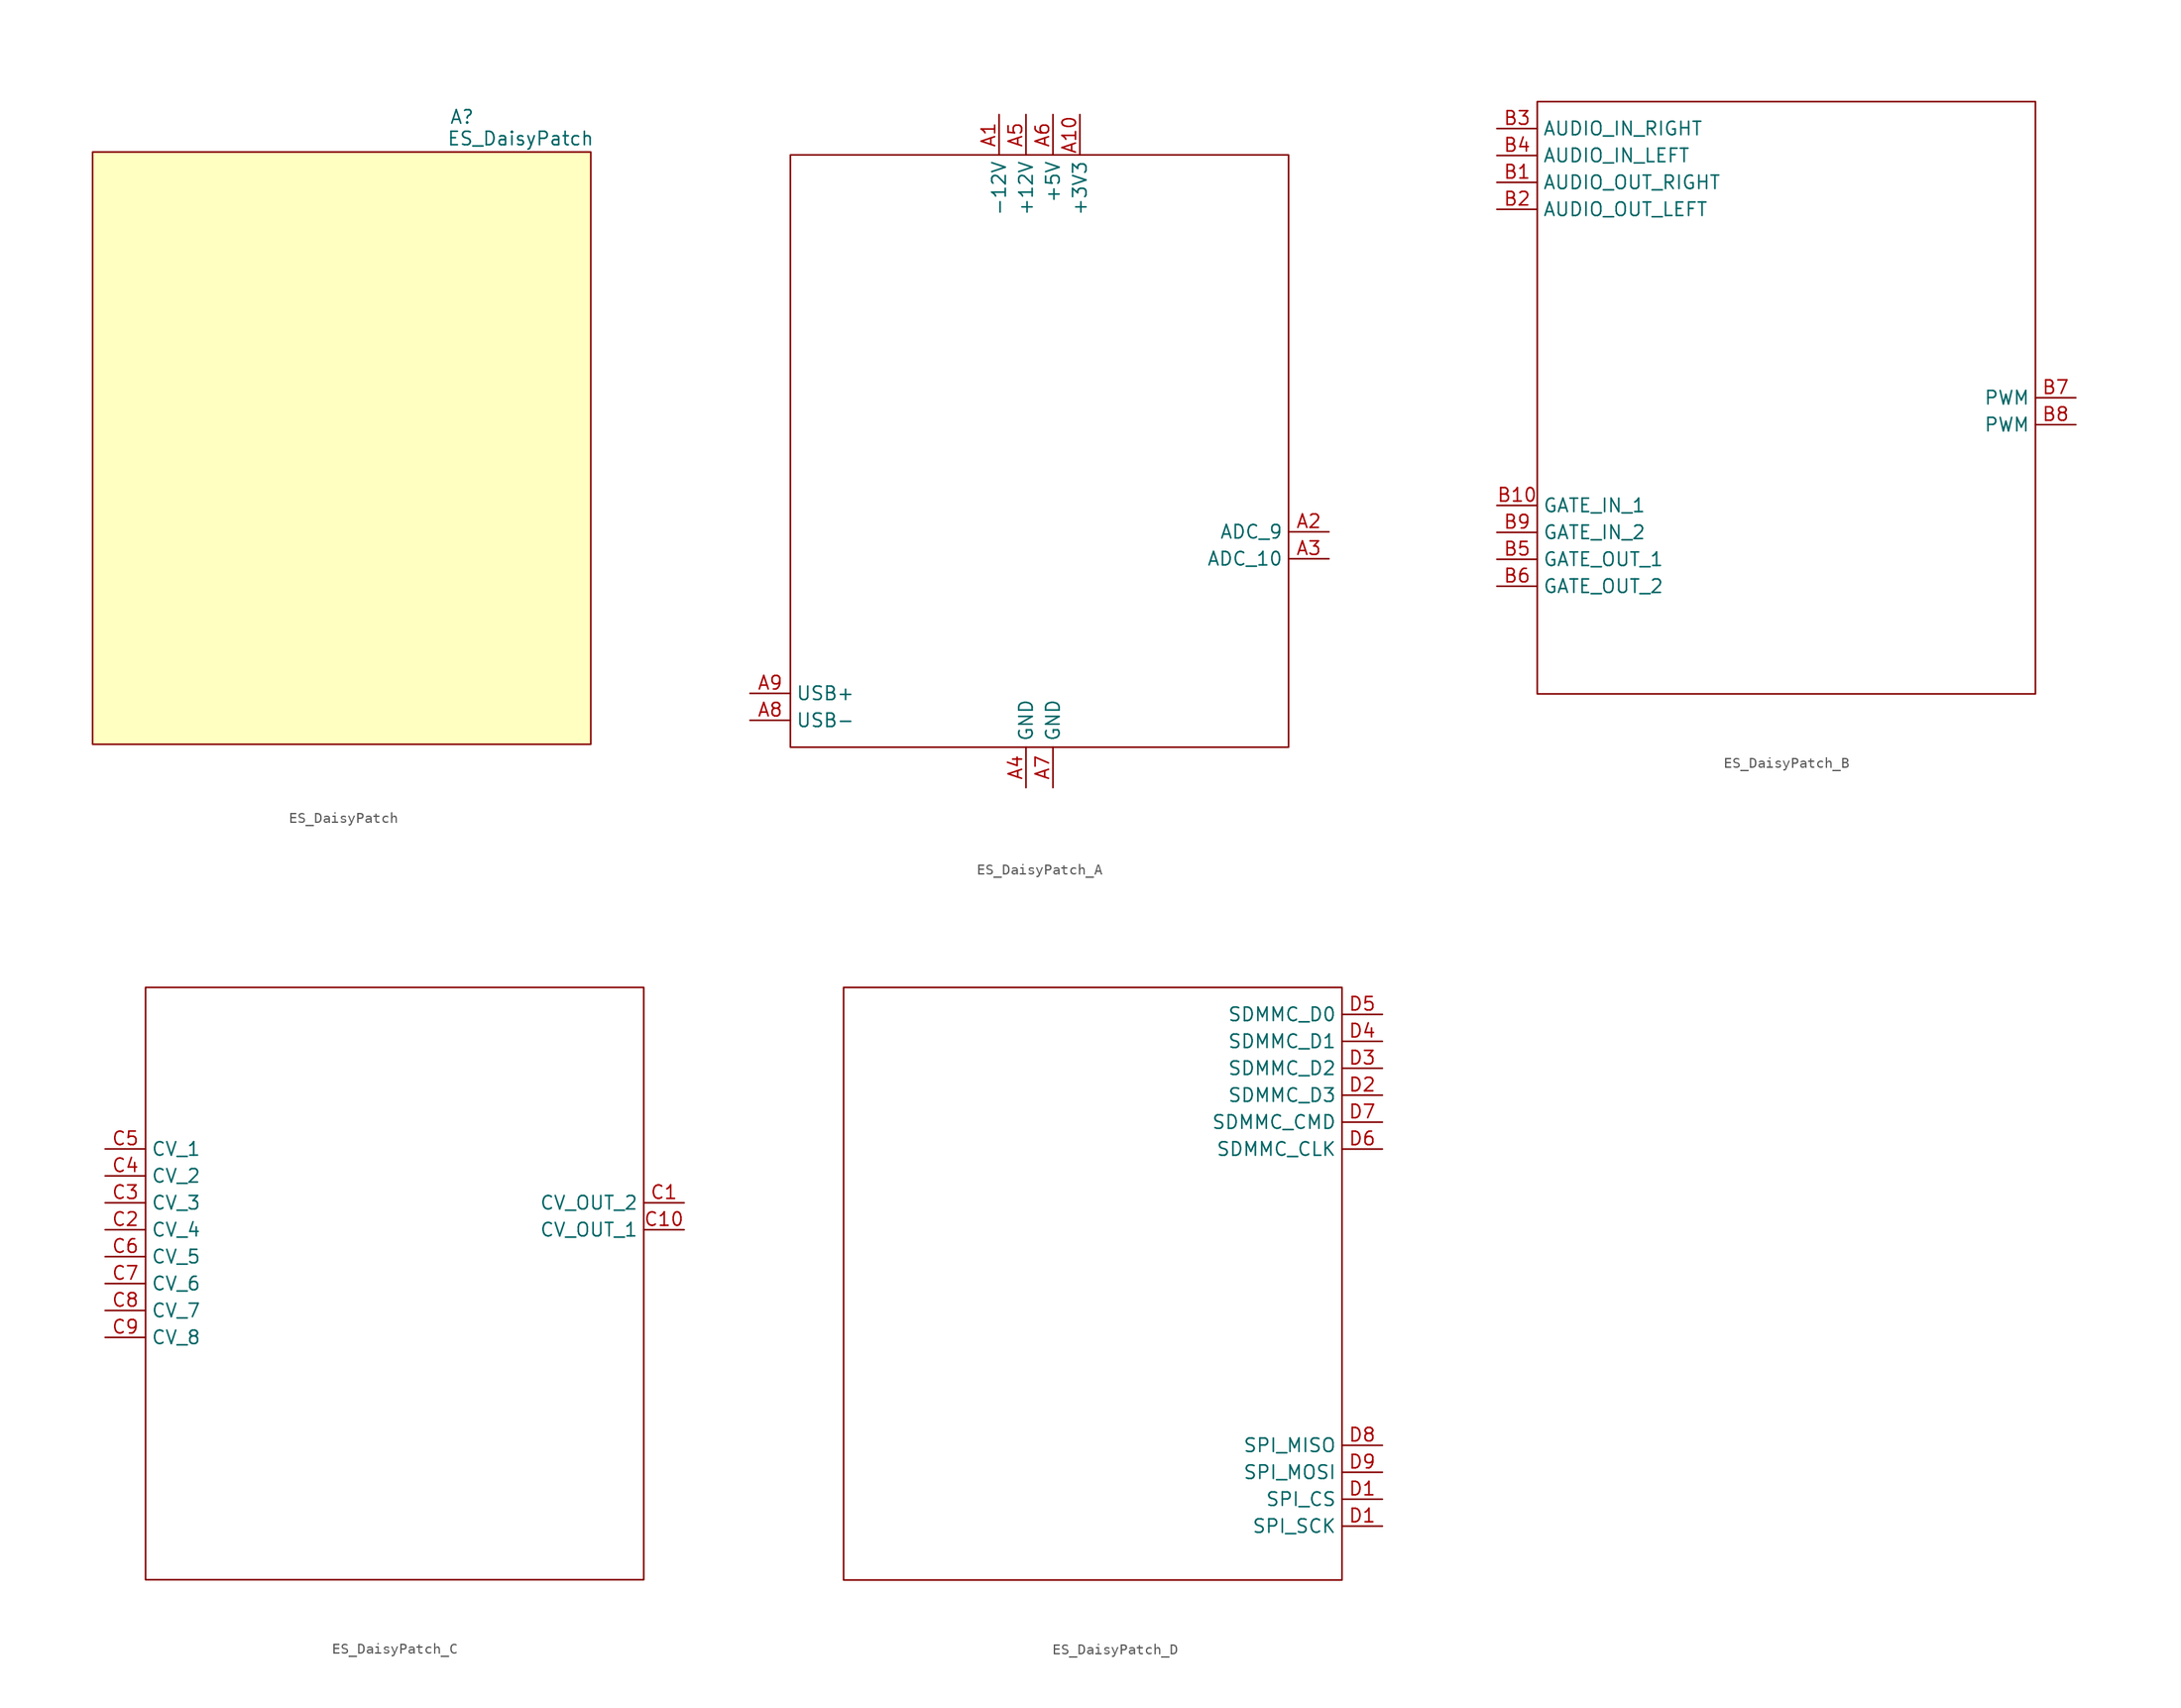
<source format=kicad_sym>
(kicad_symbol_lib
  (version 20241209)
  (generator "kicad_symbol_editor")
  (generator_version "9.0")
  (symbol "ES_DaisyPatch"
    (property "Reference" "A"
      (at 10.16 31.242 0)
      (effects (font (size 1.27 1.27)) (justify left)))
    (property "Value" "ES_DaisyPatch"
      (at 9.906 29.21 0)
      (effects (font (size 1.27 1.27)) (justify left)))
    (symbol "ES_DaisyPatch_1_1"
      (rectangle (start -23.495 27.94) (end 23.495 -27.94) (stroke (width 0) (type solid)) (fill (type background)))))
  (symbol "ES_DaisyPatch_A"
    (property "Reference" "J"
      (at 0 0 0)
      (effects (font (size 1.27 1.27)) (hide yes)))
    (symbol "ES_DaisyPatch_A_0_0"
      (pin bidirectional line (at -27.305 -22.86 0) (length 3.81) (name "USB+" (effects (font (size 1.27 1.27)))) (number "A9" (effects (font (size 1.27 1.27)))))
      (pin bidirectional line (at -27.305 -25.4 0) (length 3.81) (name "USB-" (effects (font (size 1.27 1.27)))) (number "A8" (effects (font (size 1.27 1.27)))))
      (pin power_in line (at -3.81 31.75 270) (length 3.81) (name "-12V" (effects (font (size 1.27 1.27)))) (number "A1" (effects (font (size 1.27 1.27)))))
      (pin power_in line (at -1.27 31.75 270) (length 3.81) (name "+12V" (effects (font (size 1.27 1.27)))) (number "A5" (effects (font (size 1.27 1.27)))))
      (pin power_in line (at -1.27 -31.75 90) (length 3.81) (name "GND" (effects (font (size 1.27 1.27)))) (number "A4" (effects (font (size 1.27 1.27)))))
      (pin power_out line (at 1.27 31.75 270) (length 3.81) (name "+5V" (effects (font (size 1.27 1.27)))) (number "A6" (effects (font (size 1.27 1.27)))))
      (pin power_in line (at 1.27 -31.75 90) (length 3.81) (name "GND" (effects (font (size 1.27 1.27)))) (number "A7" (effects (font (size 1.27 1.27)))))
      (pin power_out line (at 3.81 31.75 270) (length 3.81) (name "+3V3" (effects (font (size 1.27 1.27)))) (number "A10" (effects (font (size 1.27 1.27)))))
      (pin bidirectional line (at 27.305 -7.62 180) (length 3.81) (name "ADC_9" (effects (font (size 1.27 1.27)))) (number "A2" (effects (font (size 1.27 1.27)))))
      (pin bidirectional line (at 27.305 -10.16 180) (length 3.81) (name "ADC_10" (effects (font (size 1.27 1.27)))) (number "A3" (effects (font (size 1.27 1.27))))))
    (symbol "ES_DaisyPatch_A_1_1"
      (rectangle (start -23.495 27.94) (end 23.495 -27.94) (stroke (width 0) (type solid)) (fill (type none)))))
  (symbol "ES_DaisyPatch_B"
    (property "Reference" "J"
      (at 0 0 0)
      (effects (font (size 1.27 1.27)) (hide yes)))
    (symbol "ES_DaisyPatch_B_0_0"
      (pin bidirectional line (at 27.305 0 180) (length 3.81) (name "PWM" (effects (font (size 1.27 1.27)))) (number "B7" (effects (font (size 1.27 1.27)))))
      (pin bidirectional line (at 27.305 -2.54 180) (length 3.81) (name "PWM" (effects (font (size 1.27 1.27)))) (number "B8" (effects (font (size 1.27 1.27))))))
    (symbol "ES_DaisyPatch_B_1_0"
      (pin input line (at -27.305 25.4 0) (length 3.81) (name "AUDIO_IN_RIGHT" (effects (font (size 1.27 1.27)))) (number "B3" (effects (font (size 1.27 1.27)))))
      (pin input line (at -27.305 22.86 0) (length 3.81) (name "AUDIO_IN_LEFT" (effects (font (size 1.27 1.27)))) (number "B4" (effects (font (size 1.27 1.27)))))
      (pin output line (at -27.305 20.32 0) (length 3.81) (name "AUDIO_OUT_RIGHT" (effects (font (size 1.27 1.27)))) (number "B1" (effects (font (size 1.27 1.27)))))
      (pin output line (at -27.305 17.78 0) (length 3.81) (name "AUDIO_OUT_LEFT" (effects (font (size 1.27 1.27)))) (number "B2" (effects (font (size 1.27 1.27)))))
      (pin bidirectional line (at -27.305 -10.16 0) (length 3.81) (name "GATE_IN_1" (effects (font (size 1.27 1.27)))) (number "B10" (effects (font (size 1.27 1.27)))))
      (pin bidirectional line (at -27.305 -12.7 0) (length 3.81) (name "GATE_IN_2" (effects (font (size 1.27 1.27)))) (number "B9" (effects (font (size 1.27 1.27)))))
      (pin bidirectional line (at -27.305 -15.24 0) (length 3.81) (name "GATE_OUT_1" (effects (font (size 1.27 1.27)))) (number "B5" (effects (font (size 1.27 1.27)))))
      (pin bidirectional line (at -27.305 -17.78 0) (length 3.81) (name "GATE_OUT_2" (effects (font (size 1.27 1.27)))) (number "B6" (effects (font (size 1.27 1.27))))))
    (symbol "ES_DaisyPatch_B_1_1"
      (rectangle (start -23.495 27.94) (end 23.495 -27.94) (stroke (width 0) (type solid)) (fill (type none)))))
  (symbol "ES_DaisyPatch_C"
    (property "Reference" "J"
      (at 0 0 0)
      (effects (font (size 1.27 1.27)) (hide yes)))
    (symbol "ES_DaisyPatch_C_1_0"
      (pin bidirectional line (at -27.305 12.7 0) (length 3.81) (name "CV_1" (effects (font (size 1.27 1.27)))) (number "C5" (effects (font (size 1.27 1.27)))))
      (pin bidirectional line (at -27.305 10.16 0) (length 3.81) (name "CV_2" (effects (font (size 1.27 1.27)))) (number "C4" (effects (font (size 1.27 1.27)))))
      (pin bidirectional line (at -27.305 7.62 0) (length 3.81) (name "CV_3" (effects (font (size 1.27 1.27)))) (number "C3" (effects (font (size 1.27 1.27)))))
      (pin bidirectional line (at -27.305 5.08 0) (length 3.81) (name "CV_4" (effects (font (size 1.27 1.27)))) (number "C2" (effects (font (size 1.27 1.27)))))
      (pin bidirectional line (at -27.305 2.54 0) (length 3.81) (name "CV_5" (effects (font (size 1.27 1.27)))) (number "C6" (effects (font (size 1.27 1.27)))))
      (pin bidirectional line (at -27.305 0 0) (length 3.81) (name "CV_6" (effects (font (size 1.27 1.27)))) (number "C7" (effects (font (size 1.27 1.27)))))
      (pin bidirectional line (at -27.305 -2.54 0) (length 3.81) (name "CV_7" (effects (font (size 1.27 1.27)))) (number "C8" (effects (font (size 1.27 1.27)))))
      (pin bidirectional line (at -27.305 -5.08 0) (length 3.81) (name "CV_8" (effects (font (size 1.27 1.27)))) (number "C9" (effects (font (size 1.27 1.27)))))
      (pin bidirectional line (at 27.305 7.62 180) (length 3.81) (name "CV_OUT_2" (effects (font (size 1.27 1.27)))) (number "C1" (effects (font (size 1.27 1.27)))))
      (pin bidirectional line (at 27.305 5.08 180) (length 3.81) (name "CV_OUT_1" (effects (font (size 1.27 1.27)))) (number "C10" (effects (font (size 1.27 1.27))))))
    (symbol "ES_DaisyPatch_C_1_1"
      (rectangle (start -23.495 27.94) (end 23.495 -27.94) (stroke (width 0) (type solid)) (fill (type none)))))
  (symbol "ES_DaisyPatch_D"
    (property "Reference" "J"
      (at 0 0 0)
      (effects (font (size 1.27 1.27)) (hide yes)))
    (symbol "ES_DaisyPatch_D_0_0"
      (pin bidirectional line (at 27.305 25.4 180) (length 3.81) (name "SDMMC_D0" (effects (font (size 1.27 1.27)))) (number "D5" (effects (font (size 1.27 1.27)))))
      (pin bidirectional line (at 27.305 22.86 180) (length 3.81) (name "SDMMC_D1" (effects (font (size 1.27 1.27)))) (number "D4" (effects (font (size 1.27 1.27)))))
      (pin bidirectional line (at 27.305 20.32 180) (length 3.81) (name "SDMMC_D2" (effects (font (size 1.27 1.27)))) (number "D3" (effects (font (size 1.27 1.27)))))
      (pin bidirectional line (at 27.305 17.78 180) (length 3.81) (name "SDMMC_D3" (effects (font (size 1.27 1.27)))) (number "D2" (effects (font (size 1.27 1.27)))))
      (pin bidirectional line (at 27.305 15.24 180) (length 3.81) (name "SDMMC_CMD" (effects (font (size 1.27 1.27)))) (number "D7" (effects (font (size 1.27 1.27)))))
      (pin bidirectional line (at 27.305 12.7 180) (length 3.81) (name "SDMMC_CLK" (effects (font (size 1.27 1.27)))) (number "D6" (effects (font (size 1.27 1.27)))))
      (pin bidirectional line (at 27.305 -15.24 180) (length 3.81) (name "SPI_MISO" (effects (font (size 1.27 1.27)))) (number "D8" (effects (font (size 1.27 1.27)))))
      (pin bidirectional line (at 27.305 -17.78 180) (length 3.81) (name "SPI_MOSI" (effects (font (size 1.27 1.27)))) (number "D9" (effects (font (size 1.27 1.27)))))
      (pin bidirectional line (at 27.305 -20.32 180) (length 3.81) (name "SPI_CS" (effects (font (size 1.27 1.27)))) (number "D1" (effects (font (size 1.27 1.27)))))
      (pin bidirectional line (at 27.305 -22.86 180) (length 3.81) (name "SPI_SCK" (effects (font (size 1.27 1.27)))) (number "D1" (effects (font (size 1.27 1.27))))))
    (symbol "ES_DaisyPatch_D_1_1"
      (rectangle (start -23.495 27.94) (end 23.495 -27.94) (stroke (width 0) (type solid)) (fill (type none))))))
</source>
